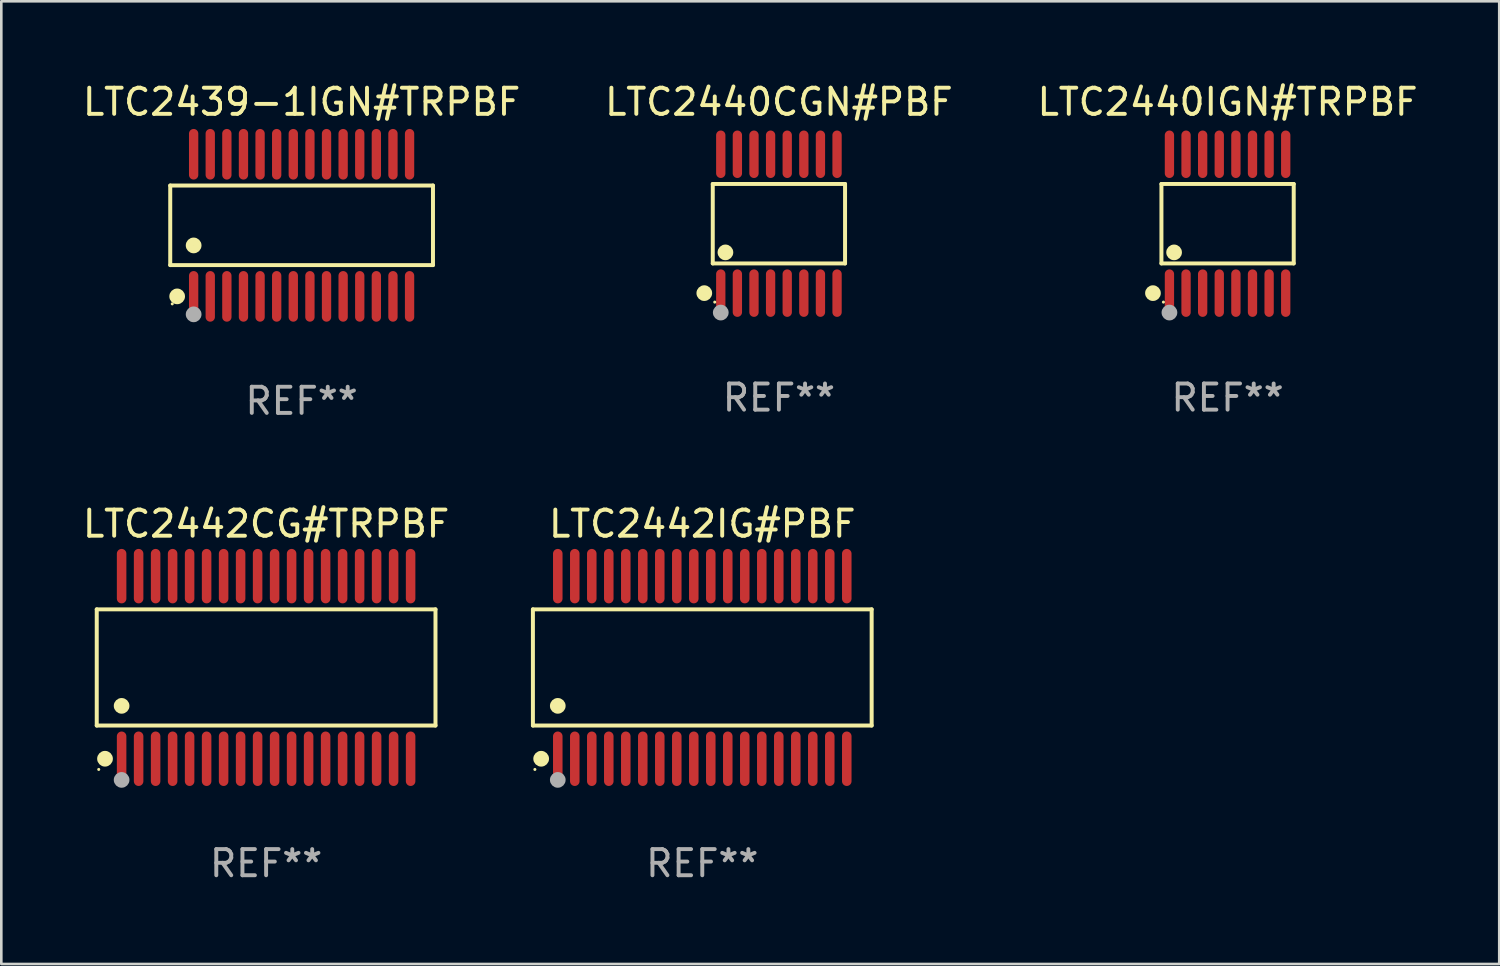
<source format=kicad_pcb>
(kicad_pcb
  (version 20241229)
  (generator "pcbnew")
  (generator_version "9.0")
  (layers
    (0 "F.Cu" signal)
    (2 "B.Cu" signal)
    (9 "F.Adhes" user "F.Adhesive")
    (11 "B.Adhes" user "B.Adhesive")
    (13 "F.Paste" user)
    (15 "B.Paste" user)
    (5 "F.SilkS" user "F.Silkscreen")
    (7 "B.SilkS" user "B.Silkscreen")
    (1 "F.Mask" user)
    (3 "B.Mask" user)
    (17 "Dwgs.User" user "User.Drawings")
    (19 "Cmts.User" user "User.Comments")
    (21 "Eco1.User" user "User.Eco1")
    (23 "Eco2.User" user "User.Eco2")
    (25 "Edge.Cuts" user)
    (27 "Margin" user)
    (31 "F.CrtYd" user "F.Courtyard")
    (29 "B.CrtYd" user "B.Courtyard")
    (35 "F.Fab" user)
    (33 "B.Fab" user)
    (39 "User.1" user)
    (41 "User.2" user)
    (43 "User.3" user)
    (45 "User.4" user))
  (footprint "LTC2442IG#PBF"
    (layer "F.Cu")
    (at 23.802 22.47)
    (property "Reference" "LTC2442IG#PBF" (at 0 -5.491 0) (layer "F.SilkS") (effects (font (size 1 1) (thickness 0.15))))
    (attr through_hole)
    (fp_line (start -6.476 -2.221) (end 6.476 -2.221) (stroke (width 0.152) (type solid)) (layer "F.SilkS"))
    (fp_line (start -6.476 2.221) (end -6.476 -2.221) (stroke (width 0.152) (type solid)) (layer "F.SilkS"))
    (fp_line (start 6.476 -2.221) (end 6.476 2.221) (stroke (width 0.152) (type solid)) (layer "F.SilkS"))
    (fp_line (start 6.476 2.221) (end -6.476 2.221) (stroke (width 0.152) (type solid)) (layer "F.SilkS"))
    (fp_circle (center -6.4 3.9) (end -6.37 3.9) (stroke (width 0.06) (type solid)) (fill no) (layer "F.SilkS"))
    (fp_circle (center -6.16 3.491) (end -6.009 3.491) (stroke (width 0.3) (type solid)) (fill no) (layer "F.SilkS"))
    (fp_circle (center -5.525 1.469) (end -5.375 1.469) (stroke (width 0.3) (type solid)) (fill no) (layer "F.SilkS"))
    (fp_circle (center -5.525 4.3) (end -5.375 4.3) (stroke (width 0.3) (type solid)) (fill no) (layer "F.Fab"))
    (fp_text user "REF**" (at 0 7.491 0) (layer "F.Fab") (effects (font (size 1 1) (thickness 0.15))))
    (pad "1" smd oval (at -5.525 3.491) (size 0.364 2.082) (layers "F.Cu" "F.Mask" "F.Paste"))
    (pad "2" smd oval (at -4.875 3.491) (size 0.364 2.082) (layers "F.Cu" "F.Mask" "F.Paste"))
    (pad "3" smd oval (at -4.225 3.491) (size 0.364 2.082) (layers "F.Cu" "F.Mask" "F.Paste"))
    (pad "4" smd oval (at -3.575 3.491) (size 0.364 2.082) (layers "F.Cu" "F.Mask" "F.Paste"))
    (pad "5" smd oval (at -2.925 3.491) (size 0.364 2.082) (layers "F.Cu" "F.Mask" "F.Paste"))
    (pad "6" smd oval (at -2.275 3.491) (size 0.364 2.082) (layers "F.Cu" "F.Mask" "F.Paste"))
    (pad "7" smd oval (at -1.625 3.491) (size 0.364 2.082) (layers "F.Cu" "F.Mask" "F.Paste"))
    (pad "8" smd oval (at -0.975 3.491) (size 0.364 2.082) (layers "F.Cu" "F.Mask" "F.Paste"))
    (pad "9" smd oval (at -0.325 3.491) (size 0.364 2.082) (layers "F.Cu" "F.Mask" "F.Paste"))
    (pad "10" smd oval (at 0.325 3.491) (size 0.364 2.082) (layers "F.Cu" "F.Mask" "F.Paste"))
    (pad "11" smd oval (at 0.975 3.491) (size 0.364 2.082) (layers "F.Cu" "F.Mask" "F.Paste"))
    (pad "12" smd oval (at 1.625 3.491) (size 0.364 2.082) (layers "F.Cu" "F.Mask" "F.Paste"))
    (pad "13" smd oval (at 2.275 3.491) (size 0.364 2.082) (layers "F.Cu" "F.Mask" "F.Paste"))
    (pad "14" smd oval (at 2.925 3.491) (size 0.364 2.082) (layers "F.Cu" "F.Mask" "F.Paste"))
    (pad "15" smd oval (at 3.575 3.491) (size 0.364 2.082) (layers "F.Cu" "F.Mask" "F.Paste"))
    (pad "16" smd oval (at 4.225 3.491) (size 0.364 2.082) (layers "F.Cu" "F.Mask" "F.Paste"))
    (pad "17" smd oval (at 4.875 3.491) (size 0.364 2.082) (layers "F.Cu" "F.Mask" "F.Paste"))
    (pad "18" smd oval (at 5.525 3.491) (size 0.364 2.082) (layers "F.Cu" "F.Mask" "F.Paste"))
    (pad "19" smd oval (at 5.525 -3.491) (size 0.364 2.082) (layers "F.Cu" "F.Mask" "F.Paste"))
    (pad "20" smd oval (at 4.875 -3.491) (size 0.364 2.082) (layers "F.Cu" "F.Mask" "F.Paste"))
    (pad "21" smd oval (at 4.225 -3.491) (size 0.364 2.082) (layers "F.Cu" "F.Mask" "F.Paste"))
    (pad "22" smd oval (at 3.575 -3.491) (size 0.364 2.082) (layers "F.Cu" "F.Mask" "F.Paste"))
    (pad "23" smd oval (at 2.925 -3.491) (size 0.364 2.082) (layers "F.Cu" "F.Mask" "F.Paste"))
    (pad "24" smd oval (at 2.275 -3.491) (size 0.364 2.082) (layers "F.Cu" "F.Mask" "F.Paste"))
    (pad "25" smd oval (at 1.625 -3.491) (size 0.364 2.082) (layers "F.Cu" "F.Mask" "F.Paste"))
    (pad "26" smd oval (at 0.975 -3.491) (size 0.364 2.082) (layers "F.Cu" "F.Mask" "F.Paste"))
    (pad "27" smd oval (at 0.325 -3.491) (size 0.364 2.082) (layers "F.Cu" "F.Mask" "F.Paste"))
    (pad "28" smd oval (at -0.325 -3.491) (size 0.364 2.082) (layers "F.Cu" "F.Mask" "F.Paste"))
    (pad "29" smd oval (at -0.975 -3.491) (size 0.364 2.082) (layers "F.Cu" "F.Mask" "F.Paste"))
    (pad "30" smd oval (at -1.625 -3.491) (size 0.364 2.082) (layers "F.Cu" "F.Mask" "F.Paste"))
    (pad "31" smd oval (at -2.275 -3.491) (size 0.364 2.082) (layers "F.Cu" "F.Mask" "F.Paste"))
    (pad "32" smd oval (at -2.925 -3.491) (size 0.364 2.082) (layers "F.Cu" "F.Mask" "F.Paste"))
    (pad "33" smd oval (at -3.575 -3.491) (size 0.364 2.082) (layers "F.Cu" "F.Mask" "F.Paste"))
    (pad "34" smd oval (at -4.225 -3.491) (size 0.364 2.082) (layers "F.Cu" "F.Mask" "F.Paste"))
    (pad "35" smd oval (at -4.875 -3.491) (size 0.364 2.082) (layers "F.Cu" "F.Mask" "F.Paste"))
    (pad "36" smd oval (at -5.525 -3.491) (size 0.364 2.082) (layers "F.Cu" "F.Mask" "F.Paste")))
  (footprint "LTC2442CG#TRPBF"
    (layer "F.Cu")
    (at 7.125 22.47)
    (property "Reference" "LTC2442CG#TRPBF" (at 0 -5.491 0) (layer "F.SilkS") (effects (font (size 1 1) (thickness 0.15))))
    (attr through_hole)
    (fp_line (start -6.476 -2.221) (end 6.476 -2.221) (stroke (width 0.152) (type solid)) (layer "F.SilkS"))
    (fp_line (start -6.476 2.221) (end -6.476 -2.221) (stroke (width 0.152) (type solid)) (layer "F.SilkS"))
    (fp_line (start 6.476 -2.221) (end 6.476 2.221) (stroke (width 0.152) (type solid)) (layer "F.SilkS"))
    (fp_line (start 6.476 2.221) (end -6.476 2.221) (stroke (width 0.152) (type solid)) (layer "F.SilkS"))
    (fp_circle (center -6.4 3.9) (end -6.37 3.9) (stroke (width 0.06) (type solid)) (fill no) (layer "F.SilkS"))
    (fp_circle (center -6.16 3.491) (end -6.009 3.491) (stroke (width 0.3) (type solid)) (fill no) (layer "F.SilkS"))
    (fp_circle (center -5.525 1.469) (end -5.375 1.469) (stroke (width 0.3) (type solid)) (fill no) (layer "F.SilkS"))
    (fp_circle (center -5.525 4.3) (end -5.375 4.3) (stroke (width 0.3) (type solid)) (fill no) (layer "F.Fab"))
    (fp_text user "REF**" (at 0 7.491 0) (layer "F.Fab") (effects (font (size 1 1) (thickness 0.15))))
    (pad "1" smd oval (at -5.525 3.491) (size 0.364 2.082) (layers "F.Cu" "F.Mask" "F.Paste"))
    (pad "2" smd oval (at -4.875 3.491) (size 0.364 2.082) (layers "F.Cu" "F.Mask" "F.Paste"))
    (pad "3" smd oval (at -4.225 3.491) (size 0.364 2.082) (layers "F.Cu" "F.Mask" "F.Paste"))
    (pad "4" smd oval (at -3.575 3.491) (size 0.364 2.082) (layers "F.Cu" "F.Mask" "F.Paste"))
    (pad "5" smd oval (at -2.925 3.491) (size 0.364 2.082) (layers "F.Cu" "F.Mask" "F.Paste"))
    (pad "6" smd oval (at -2.275 3.491) (size 0.364 2.082) (layers "F.Cu" "F.Mask" "F.Paste"))
    (pad "7" smd oval (at -1.625 3.491) (size 0.364 2.082) (layers "F.Cu" "F.Mask" "F.Paste"))
    (pad "8" smd oval (at -0.975 3.491) (size 0.364 2.082) (layers "F.Cu" "F.Mask" "F.Paste"))
    (pad "9" smd oval (at -0.325 3.491) (size 0.364 2.082) (layers "F.Cu" "F.Mask" "F.Paste"))
    (pad "10" smd oval (at 0.325 3.491) (size 0.364 2.082) (layers "F.Cu" "F.Mask" "F.Paste"))
    (pad "11" smd oval (at 0.975 3.491) (size 0.364 2.082) (layers "F.Cu" "F.Mask" "F.Paste"))
    (pad "12" smd oval (at 1.625 3.491) (size 0.364 2.082) (layers "F.Cu" "F.Mask" "F.Paste"))
    (pad "13" smd oval (at 2.275 3.491) (size 0.364 2.082) (layers "F.Cu" "F.Mask" "F.Paste"))
    (pad "14" smd oval (at 2.925 3.491) (size 0.364 2.082) (layers "F.Cu" "F.Mask" "F.Paste"))
    (pad "15" smd oval (at 3.575 3.491) (size 0.364 2.082) (layers "F.Cu" "F.Mask" "F.Paste"))
    (pad "16" smd oval (at 4.225 3.491) (size 0.364 2.082) (layers "F.Cu" "F.Mask" "F.Paste"))
    (pad "17" smd oval (at 4.875 3.491) (size 0.364 2.082) (layers "F.Cu" "F.Mask" "F.Paste"))
    (pad "18" smd oval (at 5.525 3.491) (size 0.364 2.082) (layers "F.Cu" "F.Mask" "F.Paste"))
    (pad "19" smd oval (at 5.525 -3.491) (size 0.364 2.082) (layers "F.Cu" "F.Mask" "F.Paste"))
    (pad "20" smd oval (at 4.875 -3.491) (size 0.364 2.082) (layers "F.Cu" "F.Mask" "F.Paste"))
    (pad "21" smd oval (at 4.225 -3.491) (size 0.364 2.082) (layers "F.Cu" "F.Mask" "F.Paste"))
    (pad "22" smd oval (at 3.575 -3.491) (size 0.364 2.082) (layers "F.Cu" "F.Mask" "F.Paste"))
    (pad "23" smd oval (at 2.925 -3.491) (size 0.364 2.082) (layers "F.Cu" "F.Mask" "F.Paste"))
    (pad "24" smd oval (at 2.275 -3.491) (size 0.364 2.082) (layers "F.Cu" "F.Mask" "F.Paste"))
    (pad "25" smd oval (at 1.625 -3.491) (size 0.364 2.082) (layers "F.Cu" "F.Mask" "F.Paste"))
    (pad "26" smd oval (at 0.975 -3.491) (size 0.364 2.082) (layers "F.Cu" "F.Mask" "F.Paste"))
    (pad "27" smd oval (at 0.325 -3.491) (size 0.364 2.082) (layers "F.Cu" "F.Mask" "F.Paste"))
    (pad "28" smd oval (at -0.325 -3.491) (size 0.364 2.082) (layers "F.Cu" "F.Mask" "F.Paste"))
    (pad "29" smd oval (at -0.975 -3.491) (size 0.364 2.082) (layers "F.Cu" "F.Mask" "F.Paste"))
    (pad "30" smd oval (at -1.625 -3.491) (size 0.364 2.082) (layers "F.Cu" "F.Mask" "F.Paste"))
    (pad "31" smd oval (at -2.275 -3.491) (size 0.364 2.082) (layers "F.Cu" "F.Mask" "F.Paste"))
    (pad "32" smd oval (at -2.925 -3.491) (size 0.364 2.082) (layers "F.Cu" "F.Mask" "F.Paste"))
    (pad "33" smd oval (at -3.575 -3.491) (size 0.364 2.082) (layers "F.Cu" "F.Mask" "F.Paste"))
    (pad "34" smd oval (at -4.225 -3.491) (size 0.364 2.082) (layers "F.Cu" "F.Mask" "F.Paste"))
    (pad "35" smd oval (at -4.875 -3.491) (size 0.364 2.082) (layers "F.Cu" "F.Mask" "F.Paste"))
    (pad "36" smd oval (at -5.525 -3.491) (size 0.364 2.082) (layers "F.Cu" "F.Mask" "F.Paste")))
  (footprint "LTC2439-1IGN#TRPBF"
    (layer "F.Cu")
    (at 8.482 5.565)
    (property "Reference" "LTC2439-1IGN#TRPBF" (at 0 -4.717 0) (layer "F.SilkS") (effects (font (size 1 1) (thickness 0.15))))
    (attr through_hole)
    (fp_line (start -5.023 -1.521) (end 5.023 -1.521) (stroke (width 0.152) (type solid)) (layer "F.SilkS"))
    (fp_line (start -5.023 1.521) (end -5.023 -1.521) (stroke (width 0.152) (type solid)) (layer "F.SilkS"))
    (fp_line (start 5.023 -1.521) (end 5.023 1.521) (stroke (width 0.152) (type solid)) (layer "F.SilkS"))
    (fp_line (start 5.023 1.521) (end -5.023 1.521) (stroke (width 0.152) (type solid)) (layer "F.SilkS"))
    (fp_circle (center -4.946 3.004) (end -4.916 3.004) (stroke (width 0.06) (type solid)) (fill no) (layer "F.SilkS"))
    (fp_circle (center -4.758 2.717) (end -4.608 2.717) (stroke (width 0.3) (type solid)) (fill no) (layer "F.SilkS"))
    (fp_circle (center -4.128 0.769) (end -3.977 0.769) (stroke (width 0.3) (type solid)) (fill no) (layer "F.SilkS"))
    (fp_circle (center -4.128 3.404) (end -3.977 3.404) (stroke (width 0.3) (type solid)) (fill no) (layer "F.Fab"))
    (fp_text user "REF**" (at 0 6.717 0) (layer "F.Fab") (effects (font (size 1 1) (thickness 0.15))))
    (pad "1" smd oval (at -4.128 2.717) (size 0.356 1.935) (layers "F.Cu" "F.Mask" "F.Paste"))
    (pad "2" smd oval (at -3.493 2.717) (size 0.356 1.935) (layers "F.Cu" "F.Mask" "F.Paste"))
    (pad "3" smd oval (at -2.858 2.717) (size 0.356 1.935) (layers "F.Cu" "F.Mask" "F.Paste"))
    (pad "4" smd oval (at -2.223 2.717) (size 0.356 1.935) (layers "F.Cu" "F.Mask" "F.Paste"))
    (pad "5" smd oval (at -1.588 2.717) (size 0.356 1.935) (layers "F.Cu" "F.Mask" "F.Paste"))
    (pad "6" smd oval (at -0.953 2.717) (size 0.356 1.935) (layers "F.Cu" "F.Mask" "F.Paste"))
    (pad "7" smd oval (at -0.318 2.717) (size 0.356 1.935) (layers "F.Cu" "F.Mask" "F.Paste"))
    (pad "8" smd oval (at 0.318 2.717) (size 0.356 1.935) (layers "F.Cu" "F.Mask" "F.Paste"))
    (pad "9" smd oval (at 0.953 2.717) (size 0.356 1.935) (layers "F.Cu" "F.Mask" "F.Paste"))
    (pad "10" smd oval (at 1.588 2.717) (size 0.356 1.935) (layers "F.Cu" "F.Mask" "F.Paste"))
    (pad "11" smd oval (at 2.223 2.717) (size 0.356 1.935) (layers "F.Cu" "F.Mask" "F.Paste"))
    (pad "12" smd oval (at 2.858 2.717) (size 0.356 1.935) (layers "F.Cu" "F.Mask" "F.Paste"))
    (pad "13" smd oval (at 3.493 2.717) (size 0.356 1.935) (layers "F.Cu" "F.Mask" "F.Paste"))
    (pad "14" smd oval (at 4.128 2.717) (size 0.356 1.935) (layers "F.Cu" "F.Mask" "F.Paste"))
    (pad "15" smd oval (at 4.128 -2.717) (size 0.356 1.935) (layers "F.Cu" "F.Mask" "F.Paste"))
    (pad "16" smd oval (at 3.493 -2.717) (size 0.356 1.935) (layers "F.Cu" "F.Mask" "F.Paste"))
    (pad "17" smd oval (at 2.858 -2.717) (size 0.356 1.935) (layers "F.Cu" "F.Mask" "F.Paste"))
    (pad "18" smd oval (at 2.223 -2.717) (size 0.356 1.935) (layers "F.Cu" "F.Mask" "F.Paste"))
    (pad "19" smd oval (at 1.588 -2.717) (size 0.356 1.935) (layers "F.Cu" "F.Mask" "F.Paste"))
    (pad "20" smd oval (at 0.953 -2.717) (size 0.356 1.935) (layers "F.Cu" "F.Mask" "F.Paste"))
    (pad "21" smd oval (at 0.318 -2.717) (size 0.356 1.935) (layers "F.Cu" "F.Mask" "F.Paste"))
    (pad "22" smd oval (at -0.318 -2.717) (size 0.356 1.935) (layers "F.Cu" "F.Mask" "F.Paste"))
    (pad "23" smd oval (at -0.953 -2.717) (size 0.356 1.935) (layers "F.Cu" "F.Mask" "F.Paste"))
    (pad "24" smd oval (at -1.588 -2.717) (size 0.356 1.935) (layers "F.Cu" "F.Mask" "F.Paste"))
    (pad "25" smd oval (at -2.223 -2.717) (size 0.356 1.935) (layers "F.Cu" "F.Mask" "F.Paste"))
    (pad "26" smd oval (at -2.858 -2.717) (size 0.356 1.935) (layers "F.Cu" "F.Mask" "F.Paste"))
    (pad "27" smd oval (at -3.493 -2.717) (size 0.356 1.935) (layers "F.Cu" "F.Mask" "F.Paste"))
    (pad "28" smd oval (at -4.128 -2.717) (size 0.356 1.935) (layers "F.Cu" "F.Mask" "F.Paste")))
  (footprint "LTC2440IGN#TRPBF"
    (layer "F.Cu")
    (at 43.887 5.503)
    (property "Reference" "LTC2440IGN#TRPBF" (at 0 -4.655 0) (layer "F.SilkS") (effects (font (size 1 1) (thickness 0.15))))
    (attr through_hole)
    (fp_line (start -2.529 -1.519) (end 2.529 -1.519) (stroke (width 0.152) (type solid)) (layer "F.SilkS"))
    (fp_line (start -2.529 1.519) (end -2.529 -1.519) (stroke (width 0.152) (type solid)) (layer "F.SilkS"))
    (fp_line (start 2.529 -1.519) (end 2.529 1.519) (stroke (width 0.152) (type solid)) (layer "F.SilkS"))
    (fp_line (start 2.529 1.519) (end -2.529 1.519) (stroke (width 0.152) (type solid)) (layer "F.SilkS"))
    (fp_circle (center -2.853 2.655) (end -2.703 2.655) (stroke (width 0.3) (type solid)) (fill no) (layer "F.SilkS"))
    (fp_circle (center -2.453 2.998) (end -2.423 2.998) (stroke (width 0.06) (type solid)) (fill no) (layer "F.SilkS"))
    (fp_circle (center -2.045 1.097) (end -1.895 1.097) (stroke (width 0.3) (type solid)) (fill no) (layer "F.SilkS"))
    (fp_circle (center -2.223 3.398) (end -2.072 3.398) (stroke (width 0.3) (type solid)) (fill no) (layer "F.Fab"))
    (fp_text user "REF**" (at 0 6.655 0) (layer "F.Fab") (effects (font (size 1 1) (thickness 0.15))))
    (pad "1" smd oval (at -2.223 2.655) (size 0.356 1.815) (layers "F.Cu" "F.Mask" "F.Paste"))
    (pad "2" smd oval (at -1.588 2.655) (size 0.356 1.815) (layers "F.Cu" "F.Mask" "F.Paste"))
    (pad "3" smd oval (at -0.953 2.655) (size 0.356 1.815) (layers "F.Cu" "F.Mask" "F.Paste"))
    (pad "4" smd oval (at -0.318 2.655) (size 0.356 1.815) (layers "F.Cu" "F.Mask" "F.Paste"))
    (pad "5" smd oval (at 0.318 2.655) (size 0.356 1.815) (layers "F.Cu" "F.Mask" "F.Paste"))
    (pad "6" smd oval (at 0.953 2.655) (size 0.356 1.815) (layers "F.Cu" "F.Mask" "F.Paste"))
    (pad "7" smd oval (at 1.588 2.655) (size 0.356 1.815) (layers "F.Cu" "F.Mask" "F.Paste"))
    (pad "8" smd oval (at 2.223 2.655) (size 0.356 1.815) (layers "F.Cu" "F.Mask" "F.Paste"))
    (pad "9" smd oval (at 2.223 -2.655) (size 0.356 1.815) (layers "F.Cu" "F.Mask" "F.Paste"))
    (pad "10" smd oval (at 1.588 -2.655) (size 0.356 1.815) (layers "F.Cu" "F.Mask" "F.Paste"))
    (pad "11" smd oval (at 0.953 -2.655) (size 0.356 1.815) (layers "F.Cu" "F.Mask" "F.Paste"))
    (pad "12" smd oval (at 0.318 -2.655) (size 0.356 1.815) (layers "F.Cu" "F.Mask" "F.Paste"))
    (pad "13" smd oval (at -0.318 -2.655) (size 0.356 1.815) (layers "F.Cu" "F.Mask" "F.Paste"))
    (pad "14" smd oval (at -0.953 -2.655) (size 0.356 1.815) (layers "F.Cu" "F.Mask" "F.Paste"))
    (pad "15" smd oval (at -1.588 -2.655) (size 0.356 1.815) (layers "F.Cu" "F.Mask" "F.Paste"))
    (pad "16" smd oval (at -2.223 -2.655) (size 0.356 1.815) (layers "F.Cu" "F.Mask" "F.Paste")))
  (footprint "LTC2440CGN#PBF"
    (layer "F.Cu")
    (at 26.732 5.503)
    (property "Reference" "LTC2440CGN#PBF" (at 0 -4.655 0) (layer "F.SilkS") (effects (font (size 1 1) (thickness 0.15))))
    (attr through_hole)
    (fp_line (start -2.529 -1.519) (end 2.529 -1.519) (stroke (width 0.152) (type solid)) (layer "F.SilkS"))
    (fp_line (start -2.529 1.519) (end -2.529 -1.519) (stroke (width 0.152) (type solid)) (layer "F.SilkS"))
    (fp_line (start 2.529 -1.519) (end 2.529 1.519) (stroke (width 0.152) (type solid)) (layer "F.SilkS"))
    (fp_line (start 2.529 1.519) (end -2.529 1.519) (stroke (width 0.152) (type solid)) (layer "F.SilkS"))
    (fp_circle (center -2.853 2.655) (end -2.703 2.655) (stroke (width 0.3) (type solid)) (fill no) (layer "F.SilkS"))
    (fp_circle (center -2.453 2.998) (end -2.423 2.998) (stroke (width 0.06) (type solid)) (fill no) (layer "F.SilkS"))
    (fp_circle (center -2.045 1.097) (end -1.895 1.097) (stroke (width 0.3) (type solid)) (fill no) (layer "F.SilkS"))
    (fp_circle (center -2.223 3.398) (end -2.072 3.398) (stroke (width 0.3) (type solid)) (fill no) (layer "F.Fab"))
    (fp_text user "REF**" (at 0 6.655 0) (layer "F.Fab") (effects (font (size 1 1) (thickness 0.15))))
    (pad "1" smd oval (at -2.223 2.655) (size 0.356 1.815) (layers "F.Cu" "F.Mask" "F.Paste"))
    (pad "2" smd oval (at -1.588 2.655) (size 0.356 1.815) (layers "F.Cu" "F.Mask" "F.Paste"))
    (pad "3" smd oval (at -0.953 2.655) (size 0.356 1.815) (layers "F.Cu" "F.Mask" "F.Paste"))
    (pad "4" smd oval (at -0.318 2.655) (size 0.356 1.815) (layers "F.Cu" "F.Mask" "F.Paste"))
    (pad "5" smd oval (at 0.318 2.655) (size 0.356 1.815) (layers "F.Cu" "F.Mask" "F.Paste"))
    (pad "6" smd oval (at 0.953 2.655) (size 0.356 1.815) (layers "F.Cu" "F.Mask" "F.Paste"))
    (pad "7" smd oval (at 1.588 2.655) (size 0.356 1.815) (layers "F.Cu" "F.Mask" "F.Paste"))
    (pad "8" smd oval (at 2.223 2.655) (size 0.356 1.815) (layers "F.Cu" "F.Mask" "F.Paste"))
    (pad "9" smd oval (at 2.223 -2.655) (size 0.356 1.815) (layers "F.Cu" "F.Mask" "F.Paste"))
    (pad "10" smd oval (at 1.588 -2.655) (size 0.356 1.815) (layers "F.Cu" "F.Mask" "F.Paste"))
    (pad "11" smd oval (at 0.953 -2.655) (size 0.356 1.815) (layers "F.Cu" "F.Mask" "F.Paste"))
    (pad "12" smd oval (at 0.318 -2.655) (size 0.356 1.815) (layers "F.Cu" "F.Mask" "F.Paste"))
    (pad "13" smd oval (at -0.318 -2.655) (size 0.356 1.815) (layers "F.Cu" "F.Mask" "F.Paste"))
    (pad "14" smd oval (at -0.953 -2.655) (size 0.356 1.815) (layers "F.Cu" "F.Mask" "F.Paste"))
    (pad "15" smd oval (at -1.588 -2.655) (size 0.356 1.815) (layers "F.Cu" "F.Mask" "F.Paste"))
    (pad "16" smd oval (at -2.223 -2.655) (size 0.356 1.815) (layers "F.Cu" "F.Mask" "F.Paste")))
  (gr_rect
    (start -3 -3)
    (end 54.274 33.809)
    (stroke (width 0.1) (type default))
    (fill no)
    (layer "Edge.Cuts")))
</source>
